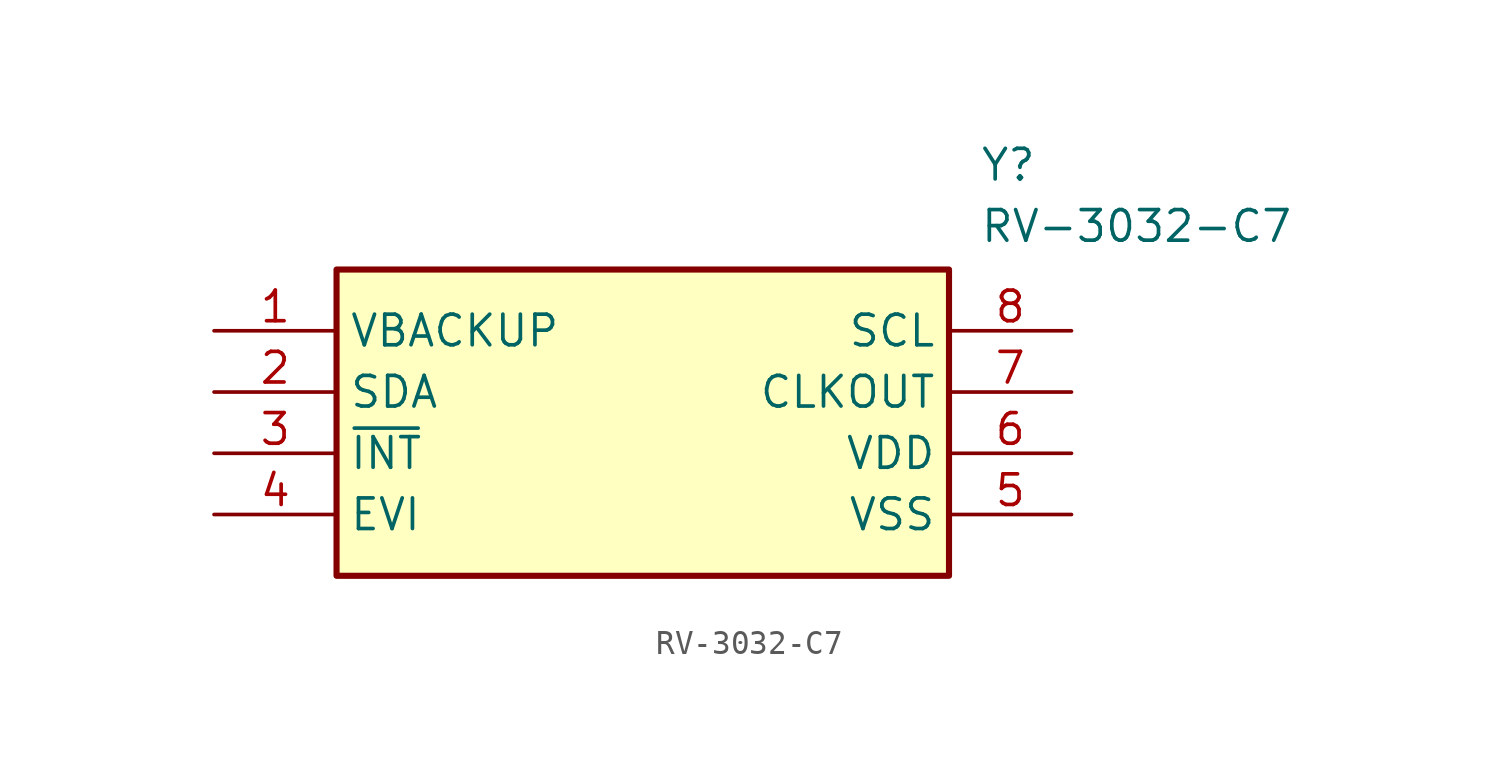
<source format=kicad_sym>
(kicad_symbol_lib
  (version 20211014)
  (generator SamacSys_ECAD_Model)
  (symbol "RV-3032-C7"
    (property "Reference" "Y"
      (at 31.75 7.62 0)
      (effects (font (size 1.27 1.27)) (justify left top)))
    (property "Value" "RV-3032-C7"
      (at 31.75 5.08 0)
      (effects (font (size 1.27 1.27)) (justify left top)))
    (rectangle
      (start 5.08 2.54)
      (end 30.48 -10.16)
      (stroke (width 0.254) (type default))
      (fill (type background)))
    (pin passive line
      (at 0 0 0)
      (length 5.08)
      (name "VBACKUP" (effects (font (size 1.27 1.27))))
      (number "1" (effects (font (size 1.27 1.27)))))
    (pin passive line
      (at 0 -2.54 0)
      (length 5.08)
      (name "SDA" (effects (font (size 1.27 1.27))))
      (number "2" (effects (font (size 1.27 1.27)))))
    (pin passive line
      (at 0 -5.08 0)
      (length 5.08)
      (name "~{INT}" (effects (font (size 1.27 1.27))))
      (number "3" (effects (font (size 1.27 1.27)))))
    (pin passive line
      (at 0 -7.62 0)
      (length 5.08)
      (name "EVI" (effects (font (size 1.27 1.27))))
      (number "4" (effects (font (size 1.27 1.27)))))
    (pin passive line
      (at 35.56 -7.62 180)
      (length 5.08)
      (name "VSS" (effects (font (size 1.27 1.27))))
      (number "5" (effects (font (size 1.27 1.27)))))
    (pin passive line
      (at 35.56 -5.08 180)
      (length 5.08)
      (name "VDD" (effects (font (size 1.27 1.27))))
      (number "6" (effects (font (size 1.27 1.27)))))
    (pin passive line
      (at 35.56 -2.54 180)
      (length 5.08)
      (name "CLKOUT" (effects (font (size 1.27 1.27))))
      (number "7" (effects (font (size 1.27 1.27)))))
    (pin passive line
      (at 35.56 0 180)
      (length 5.08)
      (name "SCL" (effects (font (size 1.27 1.27))))
      (number "8" (effects (font (size 1.27 1.27)))))))
</source>
